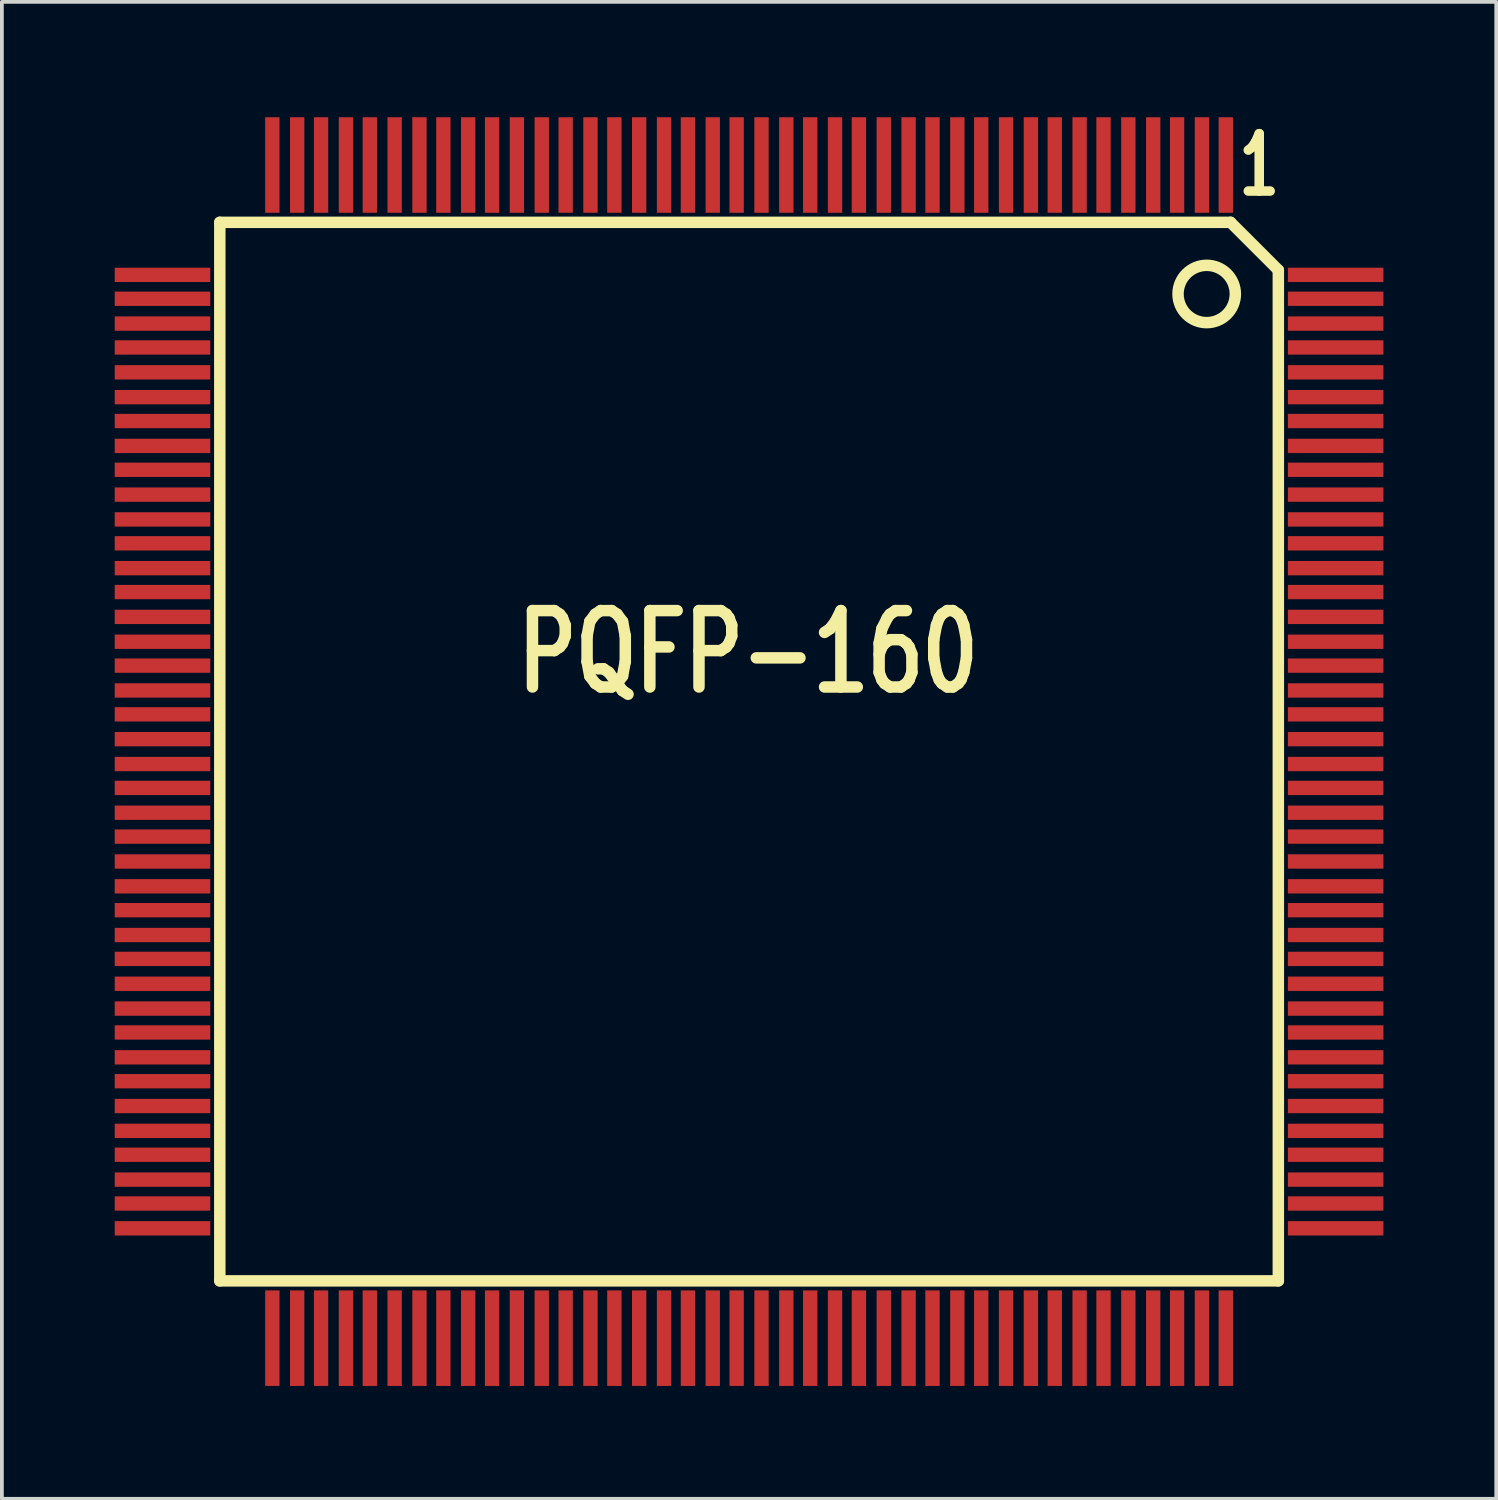
<source format=kicad_pcb>
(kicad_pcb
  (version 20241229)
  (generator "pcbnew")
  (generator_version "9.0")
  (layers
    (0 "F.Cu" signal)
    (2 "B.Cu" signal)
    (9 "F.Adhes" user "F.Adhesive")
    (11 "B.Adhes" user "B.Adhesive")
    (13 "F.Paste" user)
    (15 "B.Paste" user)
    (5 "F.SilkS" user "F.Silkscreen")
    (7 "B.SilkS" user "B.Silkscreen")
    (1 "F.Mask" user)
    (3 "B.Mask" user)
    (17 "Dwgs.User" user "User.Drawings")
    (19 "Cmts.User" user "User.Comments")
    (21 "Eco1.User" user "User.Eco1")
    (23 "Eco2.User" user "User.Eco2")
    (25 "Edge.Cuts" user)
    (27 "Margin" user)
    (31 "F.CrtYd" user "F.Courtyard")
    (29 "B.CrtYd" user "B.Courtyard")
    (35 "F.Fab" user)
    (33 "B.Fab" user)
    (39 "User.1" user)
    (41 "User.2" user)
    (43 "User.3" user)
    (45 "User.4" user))
  (footprint "PQFP-160"
    (layer "F.Cu")
    (at 16.84 16.831)
    (property "Reference" "PQFP-160" (at 0 -2.54 0) (layer "F.SilkS") (effects (font (size 2.032 1.524) (thickness 0.305))))
    (attr smd)
    (fp_line (start -14.046 -13.97) (end -14.046 14.173) (stroke (width 0.305) (type solid)) (layer "F.SilkS"))
    (fp_line (start -14.046 14.173) (end 14.097 14.173) (stroke (width 0.305) (type solid)) (layer "F.SilkS"))
    (fp_line (start 12.827 -13.97) (end -14.046 -13.97) (stroke (width 0.305) (type solid)) (layer "F.SilkS"))
    (fp_line (start 12.827 -13.97) (end 14.097 -12.7) (stroke (width 0.305) (type solid)) (layer "F.SilkS"))
    (fp_line (start 14.097 14.173) (end 14.097 -12.7) (stroke (width 0.305) (type solid)) (layer "F.SilkS"))
    (fp_circle (center 12.192 -12.065) (end 12.192 -11.303) (stroke (width 0.305) (type solid)) (fill no) (layer "F.SilkS"))
    (fp_text user "1" (at 13.589 -15.494 0) (layer "F.SilkS") (effects (font (size 1.524 1.016) (thickness 0.305))))
    (pad "1" smd rect (at 12.7 -15.494) (size 0.381 2.54) (layers "F.Cu" "F.Mask" "F.Paste"))
    (pad "2" smd rect (at 12.065 -15.494) (size 0.381 2.54) (layers "F.Cu" "F.Mask" "F.Paste"))
    (pad "3" smd rect (at 11.405 -15.494) (size 0.381 2.54) (layers "F.Cu" "F.Mask" "F.Paste"))
    (pad "4" smd rect (at 10.77 -15.494) (size 0.381 2.54) (layers "F.Cu" "F.Mask" "F.Paste"))
    (pad "5" smd rect (at 10.109 -15.494) (size 0.381 2.54) (layers "F.Cu" "F.Mask" "F.Paste"))
    (pad "6" smd rect (at 9.449 -15.494) (size 0.381 2.54) (layers "F.Cu" "F.Mask" "F.Paste"))
    (pad "7" smd rect (at 8.814 -15.494) (size 0.381 2.54) (layers "F.Cu" "F.Mask" "F.Paste"))
    (pad "8" smd rect (at 8.153 -15.494) (size 0.381 2.54) (layers "F.Cu" "F.Mask" "F.Paste"))
    (pad "9" smd rect (at 7.518 -15.494) (size 0.381 2.54) (layers "F.Cu" "F.Mask" "F.Paste"))
    (pad "10" smd rect (at 6.858 -15.494) (size 0.381 2.54) (layers "F.Cu" "F.Mask" "F.Paste"))
    (pad "11" smd rect (at 6.198 -15.494) (size 0.381 2.54) (layers "F.Cu" "F.Mask" "F.Paste"))
    (pad "12" smd rect (at 5.563 -15.494) (size 0.381 2.54) (layers "F.Cu" "F.Mask" "F.Paste"))
    (pad "13" smd rect (at 4.902 -15.494) (size 0.381 2.54) (layers "F.Cu" "F.Mask" "F.Paste"))
    (pad "14" smd rect (at 4.267 -15.494) (size 0.381 2.54) (layers "F.Cu" "F.Mask" "F.Paste"))
    (pad "15" smd rect (at 3.607 -15.494) (size 0.381 2.54) (layers "F.Cu" "F.Mask" "F.Paste"))
    (pad "16" smd rect (at 2.946 -15.494) (size 0.381 2.54) (layers "F.Cu" "F.Mask" "F.Paste"))
    (pad "17" smd rect (at 2.311 -15.494) (size 0.381 2.54) (layers "F.Cu" "F.Mask" "F.Paste"))
    (pad "18" smd rect (at 1.651 -15.494) (size 0.381 2.54) (layers "F.Cu" "F.Mask" "F.Paste"))
    (pad "19" smd rect (at 1.016 -15.494) (size 0.381 2.54) (layers "F.Cu" "F.Mask" "F.Paste"))
    (pad "20" smd rect (at 0.356 -15.494) (size 0.381 2.54) (layers "F.Cu" "F.Mask" "F.Paste"))
    (pad "21" smd rect (at -0.305 -15.494) (size 0.381 2.54) (layers "F.Cu" "F.Mask" "F.Paste"))
    (pad "22" smd rect (at -0.94 -15.494) (size 0.381 2.54) (layers "F.Cu" "F.Mask" "F.Paste"))
    (pad "23" smd rect (at -1.6 -15.494) (size 0.381 2.54) (layers "F.Cu" "F.Mask" "F.Paste"))
    (pad "24" smd rect (at -2.235 -15.494) (size 0.381 2.54) (layers "F.Cu" "F.Mask" "F.Paste"))
    (pad "25" smd rect (at -2.896 -15.494) (size 0.381 2.54) (layers "F.Cu" "F.Mask" "F.Paste"))
    (pad "26" smd rect (at -3.556 -15.494) (size 0.381 2.54) (layers "F.Cu" "F.Mask" "F.Paste"))
    (pad "27" smd rect (at -4.191 -15.494) (size 0.381 2.54) (layers "F.Cu" "F.Mask" "F.Paste"))
    (pad "28" smd rect (at -4.851 -15.494) (size 0.381 2.54) (layers "F.Cu" "F.Mask" "F.Paste"))
    (pad "29" smd rect (at -5.486 -15.494) (size 0.381 2.54) (layers "F.Cu" "F.Mask" "F.Paste"))
    (pad "30" smd rect (at -6.147 -15.494) (size 0.381 2.54) (layers "F.Cu" "F.Mask" "F.Paste"))
    (pad "31" smd rect (at -6.807 -15.494) (size 0.381 2.54) (layers "F.Cu" "F.Mask" "F.Paste"))
    (pad "32" smd rect (at -7.442 -15.494) (size 0.381 2.54) (layers "F.Cu" "F.Mask" "F.Paste"))
    (pad "33" smd rect (at -8.103 -15.494) (size 0.381 2.54) (layers "F.Cu" "F.Mask" "F.Paste"))
    (pad "34" smd rect (at -8.738 -15.494) (size 0.381 2.54) (layers "F.Cu" "F.Mask" "F.Paste"))
    (pad "35" smd rect (at -9.398 -15.494) (size 0.381 2.54) (layers "F.Cu" "F.Mask" "F.Paste"))
    (pad "36" smd rect (at -10.058 -15.494) (size 0.381 2.54) (layers "F.Cu" "F.Mask" "F.Paste"))
    (pad "37" smd rect (at -10.693 -15.494) (size 0.381 2.54) (layers "F.Cu" "F.Mask" "F.Paste"))
    (pad "38" smd rect (at -11.354 -15.494) (size 0.381 2.54) (layers "F.Cu" "F.Mask" "F.Paste"))
    (pad "39" smd rect (at -11.989 -15.494) (size 0.381 2.54) (layers "F.Cu" "F.Mask" "F.Paste"))
    (pad "40" smd rect (at -12.649 -15.494) (size 0.381 2.54) (layers "F.Cu" "F.Mask" "F.Paste"))
    (pad "41" smd rect (at -15.57 -12.573) (size 2.54 0.381) (layers "F.Cu" "F.Mask" "F.Paste"))
    (pad "42" smd rect (at -15.57 -11.938) (size 2.54 0.381) (layers "F.Cu" "F.Mask" "F.Paste"))
    (pad "43" smd rect (at -15.57 -11.278) (size 2.54 0.381) (layers "F.Cu" "F.Mask" "F.Paste"))
    (pad "44" smd rect (at -15.57 -10.643) (size 2.54 0.381) (layers "F.Cu" "F.Mask" "F.Paste"))
    (pad "45" smd rect (at -15.57 -9.982) (size 2.54 0.381) (layers "F.Cu" "F.Mask" "F.Paste"))
    (pad "46" smd rect (at -15.57 -9.322) (size 2.54 0.381) (layers "F.Cu" "F.Mask" "F.Paste"))
    (pad "47" smd rect (at -15.57 -8.687) (size 2.54 0.381) (layers "F.Cu" "F.Mask" "F.Paste"))
    (pad "48" smd rect (at -15.57 -8.026) (size 2.54 0.381) (layers "F.Cu" "F.Mask" "F.Paste"))
    (pad "49" smd rect (at -15.57 -7.391) (size 2.54 0.381) (layers "F.Cu" "F.Mask" "F.Paste"))
    (pad "50" smd rect (at -15.57 -6.731) (size 2.54 0.381) (layers "F.Cu" "F.Mask" "F.Paste"))
    (pad "51" smd rect (at -15.57 -6.071) (size 2.54 0.381) (layers "F.Cu" "F.Mask" "F.Paste"))
    (pad "52" smd rect (at -15.57 -5.436) (size 2.54 0.381) (layers "F.Cu" "F.Mask" "F.Paste"))
    (pad "53" smd rect (at -15.57 -4.775) (size 2.54 0.381) (layers "F.Cu" "F.Mask" "F.Paste"))
    (pad "54" smd rect (at -15.57 -4.14) (size 2.54 0.381) (layers "F.Cu" "F.Mask" "F.Paste"))
    (pad "55" smd rect (at -15.57 -3.48) (size 2.54 0.381) (layers "F.Cu" "F.Mask" "F.Paste"))
    (pad "56" smd rect (at -15.57 -2.819) (size 2.54 0.381) (layers "F.Cu" "F.Mask" "F.Paste"))
    (pad "57" smd rect (at -15.57 -2.184) (size 2.54 0.381) (layers "F.Cu" "F.Mask" "F.Paste"))
    (pad "58" smd rect (at -15.57 -1.524) (size 2.54 0.381) (layers "F.Cu" "F.Mask" "F.Paste"))
    (pad "59" smd rect (at -15.57 -0.889) (size 2.54 0.381) (layers "F.Cu" "F.Mask" "F.Paste"))
    (pad "60" smd rect (at -15.57 -0.229) (size 2.54 0.381) (layers "F.Cu" "F.Mask" "F.Paste"))
    (pad "61" smd rect (at -15.57 0.432) (size 2.54 0.381) (layers "F.Cu" "F.Mask" "F.Paste"))
    (pad "62" smd rect (at -15.57 1.067) (size 2.54 0.381) (layers "F.Cu" "F.Mask" "F.Paste"))
    (pad "63" smd rect (at -15.57 1.727) (size 2.54 0.381) (layers "F.Cu" "F.Mask" "F.Paste"))
    (pad "64" smd rect (at -15.57 2.362) (size 2.54 0.381) (layers "F.Cu" "F.Mask" "F.Paste"))
    (pad "65" smd rect (at -15.57 3.023) (size 2.54 0.381) (layers "F.Cu" "F.Mask" "F.Paste"))
    (pad "66" smd rect (at -15.57 3.683) (size 2.54 0.381) (layers "F.Cu" "F.Mask" "F.Paste"))
    (pad "67" smd rect (at -15.57 4.318) (size 2.54 0.381) (layers "F.Cu" "F.Mask" "F.Paste"))
    (pad "68" smd rect (at -15.57 4.978) (size 2.54 0.381) (layers "F.Cu" "F.Mask" "F.Paste"))
    (pad "69" smd rect (at -15.57 5.613) (size 2.54 0.381) (layers "F.Cu" "F.Mask" "F.Paste"))
    (pad "70" smd rect (at -15.57 6.274) (size 2.54 0.381) (layers "F.Cu" "F.Mask" "F.Paste"))
    (pad "71" smd rect (at -15.57 6.934) (size 2.54 0.381) (layers "F.Cu" "F.Mask" "F.Paste"))
    (pad "72" smd rect (at -15.57 7.569) (size 2.54 0.381) (layers "F.Cu" "F.Mask" "F.Paste"))
    (pad "73" smd rect (at -15.57 8.23) (size 2.54 0.381) (layers "F.Cu" "F.Mask" "F.Paste"))
    (pad "74" smd rect (at -15.57 8.865) (size 2.54 0.381) (layers "F.Cu" "F.Mask" "F.Paste"))
    (pad "75" smd rect (at -15.57 9.525) (size 2.54 0.381) (layers "F.Cu" "F.Mask" "F.Paste"))
    (pad "76" smd rect (at -15.57 10.185) (size 2.54 0.381) (layers "F.Cu" "F.Mask" "F.Paste"))
    (pad "77" smd rect (at -15.57 10.82) (size 2.54 0.381) (layers "F.Cu" "F.Mask" "F.Paste"))
    (pad "78" smd rect (at -15.57 11.481) (size 2.54 0.381) (layers "F.Cu" "F.Mask" "F.Paste"))
    (pad "79" smd rect (at -15.57 12.116) (size 2.54 0.381) (layers "F.Cu" "F.Mask" "F.Paste"))
    (pad "80" smd rect (at -15.57 12.776) (size 2.54 0.381) (layers "F.Cu" "F.Mask" "F.Paste"))
    (pad "81" smd rect (at -12.649 15.697) (size 0.381 2.54) (layers "F.Cu" "F.Mask" "F.Paste"))
    (pad "82" smd rect (at -11.989 15.697) (size 0.381 2.54) (layers "F.Cu" "F.Mask" "F.Paste"))
    (pad "83" smd rect (at -11.354 15.697) (size 0.381 2.54) (layers "F.Cu" "F.Mask" "F.Paste"))
    (pad "84" smd rect (at -10.693 15.697) (size 0.381 2.54) (layers "F.Cu" "F.Mask" "F.Paste"))
    (pad "85" smd rect (at -10.058 15.697) (size 0.381 2.54) (layers "F.Cu" "F.Mask" "F.Paste"))
    (pad "86" smd rect (at -9.398 15.697) (size 0.381 2.54) (layers "F.Cu" "F.Mask" "F.Paste"))
    (pad "87" smd rect (at -8.738 15.697) (size 0.381 2.54) (layers "F.Cu" "F.Mask" "F.Paste"))
    (pad "88" smd rect (at -8.103 15.697) (size 0.381 2.54) (layers "F.Cu" "F.Mask" "F.Paste"))
    (pad "89" smd rect (at -7.442 15.697) (size 0.381 2.54) (layers "F.Cu" "F.Mask" "F.Paste"))
    (pad "90" smd rect (at -6.807 15.697) (size 0.381 2.54) (layers "F.Cu" "F.Mask" "F.Paste"))
    (pad "91" smd rect (at -6.147 15.697) (size 0.381 2.54) (layers "F.Cu" "F.Mask" "F.Paste"))
    (pad "92" smd rect (at -5.486 15.697) (size 0.381 2.54) (layers "F.Cu" "F.Mask" "F.Paste"))
    (pad "93" smd rect (at -4.851 15.697) (size 0.381 2.54) (layers "F.Cu" "F.Mask" "F.Paste"))
    (pad "94" smd rect (at -4.191 15.697) (size 0.381 2.54) (layers "F.Cu" "F.Mask" "F.Paste"))
    (pad "95" smd rect (at -3.556 15.697) (size 0.381 2.54) (layers "F.Cu" "F.Mask" "F.Paste"))
    (pad "96" smd rect (at -2.896 15.697) (size 0.381 2.54) (layers "F.Cu" "F.Mask" "F.Paste"))
    (pad "97" smd rect (at -2.235 15.697) (size 0.381 2.54) (layers "F.Cu" "F.Mask" "F.Paste"))
    (pad "98" smd rect (at -1.6 15.697) (size 0.381 2.54) (layers "F.Cu" "F.Mask" "F.Paste"))
    (pad "99" smd rect (at -0.94 15.697) (size 0.381 2.54) (layers "F.Cu" "F.Mask" "F.Paste"))
    (pad "100" smd rect (at -0.305 15.697) (size 0.381 2.54) (layers "F.Cu" "F.Mask" "F.Paste"))
    (pad "101" smd rect (at 0.356 15.697) (size 0.381 2.54) (layers "F.Cu" "F.Mask" "F.Paste"))
    (pad "102" smd rect (at 1.016 15.697) (size 0.381 2.54) (layers "F.Cu" "F.Mask" "F.Paste"))
    (pad "103" smd rect (at 1.651 15.697) (size 0.381 2.54) (layers "F.Cu" "F.Mask" "F.Paste"))
    (pad "104" smd rect (at 2.311 15.697) (size 0.381 2.54) (layers "F.Cu" "F.Mask" "F.Paste"))
    (pad "105" smd rect (at 2.946 15.697) (size 0.381 2.54) (layers "F.Cu" "F.Mask" "F.Paste"))
    (pad "106" smd rect (at 3.607 15.697) (size 0.381 2.54) (layers "F.Cu" "F.Mask" "F.Paste"))
    (pad "107" smd rect (at 4.267 15.697) (size 0.381 2.54) (layers "F.Cu" "F.Mask" "F.Paste"))
    (pad "108" smd rect (at 4.902 15.697) (size 0.381 2.54) (layers "F.Cu" "F.Mask" "F.Paste"))
    (pad "109" smd rect (at 5.563 15.697) (size 0.381 2.54) (layers "F.Cu" "F.Mask" "F.Paste"))
    (pad "110" smd rect (at 6.198 15.697) (size 0.381 2.54) (layers "F.Cu" "F.Mask" "F.Paste"))
    (pad "111" smd rect (at 6.858 15.697) (size 0.381 2.54) (layers "F.Cu" "F.Mask" "F.Paste"))
    (pad "112" smd rect (at 7.518 15.697) (size 0.381 2.54) (layers "F.Cu" "F.Mask" "F.Paste"))
    (pad "113" smd rect (at 8.153 15.697) (size 0.381 2.54) (layers "F.Cu" "F.Mask" "F.Paste"))
    (pad "114" smd rect (at 8.814 15.697) (size 0.381 2.54) (layers "F.Cu" "F.Mask" "F.Paste"))
    (pad "115" smd rect (at 9.449 15.697) (size 0.381 2.54) (layers "F.Cu" "F.Mask" "F.Paste"))
    (pad "116" smd rect (at 10.109 15.697) (size 0.381 2.54) (layers "F.Cu" "F.Mask" "F.Paste"))
    (pad "117" smd rect (at 10.77 15.697) (size 0.381 2.54) (layers "F.Cu" "F.Mask" "F.Paste"))
    (pad "118" smd rect (at 11.405 15.697) (size 0.381 2.54) (layers "F.Cu" "F.Mask" "F.Paste"))
    (pad "119" smd rect (at 12.065 15.697) (size 0.381 2.54) (layers "F.Cu" "F.Mask" "F.Paste"))
    (pad "120" smd rect (at 12.7 15.697) (size 0.381 2.54) (layers "F.Cu" "F.Mask" "F.Paste"))
    (pad "121" smd rect (at 15.621 12.776) (size 2.54 0.381) (layers "F.Cu" "F.Mask" "F.Paste"))
    (pad "122" smd rect (at 15.621 12.116) (size 2.54 0.381) (layers "F.Cu" "F.Mask" "F.Paste"))
    (pad "123" smd rect (at 15.621 11.481) (size 2.54 0.381) (layers "F.Cu" "F.Mask" "F.Paste"))
    (pad "124" smd rect (at 15.621 10.82) (size 2.54 0.381) (layers "F.Cu" "F.Mask" "F.Paste"))
    (pad "125" smd rect (at 15.621 10.185) (size 2.54 0.381) (layers "F.Cu" "F.Mask" "F.Paste"))
    (pad "126" smd rect (at 15.621 9.525) (size 2.54 0.381) (layers "F.Cu" "F.Mask" "F.Paste"))
    (pad "127" smd rect (at 15.621 8.865) (size 2.54 0.381) (layers "F.Cu" "F.Mask" "F.Paste"))
    (pad "128" smd rect (at 15.621 8.23) (size 2.54 0.381) (layers "F.Cu" "F.Mask" "F.Paste"))
    (pad "129" smd rect (at 15.621 7.569) (size 2.54 0.381) (layers "F.Cu" "F.Mask" "F.Paste"))
    (pad "130" smd rect (at 15.621 6.934) (size 2.54 0.381) (layers "F.Cu" "F.Mask" "F.Paste"))
    (pad "131" smd rect (at 15.621 6.274) (size 2.54 0.381) (layers "F.Cu" "F.Mask" "F.Paste"))
    (pad "132" smd rect (at 15.621 5.613) (size 2.54 0.381) (layers "F.Cu" "F.Mask" "F.Paste"))
    (pad "133" smd rect (at 15.621 4.978) (size 2.54 0.381) (layers "F.Cu" "F.Mask" "F.Paste"))
    (pad "134" smd rect (at 15.621 4.318) (size 2.54 0.381) (layers "F.Cu" "F.Mask" "F.Paste"))
    (pad "135" smd rect (at 15.621 3.683) (size 2.54 0.381) (layers "F.Cu" "F.Mask" "F.Paste"))
    (pad "136" smd rect (at 15.621 3.023) (size 2.54 0.381) (layers "F.Cu" "F.Mask" "F.Paste"))
    (pad "137" smd rect (at 15.621 2.362) (size 2.54 0.381) (layers "F.Cu" "F.Mask" "F.Paste"))
    (pad "138" smd rect (at 15.621 1.727) (size 2.54 0.381) (layers "F.Cu" "F.Mask" "F.Paste"))
    (pad "139" smd rect (at 15.621 1.067) (size 2.54 0.381) (layers "F.Cu" "F.Mask" "F.Paste"))
    (pad "140" smd rect (at 15.621 0.432) (size 2.54 0.381) (layers "F.Cu" "F.Mask" "F.Paste"))
    (pad "141" smd rect (at 15.621 -0.229) (size 2.54 0.381) (layers "F.Cu" "F.Mask" "F.Paste"))
    (pad "142" smd rect (at 15.621 -0.889) (size 2.54 0.381) (layers "F.Cu" "F.Mask" "F.Paste"))
    (pad "143" smd rect (at 15.621 -1.524) (size 2.54 0.381) (layers "F.Cu" "F.Mask" "F.Paste"))
    (pad "144" smd rect (at 15.621 -2.184) (size 2.54 0.381) (layers "F.Cu" "F.Mask" "F.Paste"))
    (pad "145" smd rect (at 15.621 -2.819) (size 2.54 0.381) (layers "F.Cu" "F.Mask" "F.Paste"))
    (pad "146" smd rect (at 15.621 -3.48) (size 2.54 0.381) (layers "F.Cu" "F.Mask" "F.Paste"))
    (pad "147" smd rect (at 15.621 -4.14) (size 2.54 0.381) (layers "F.Cu" "F.Mask" "F.Paste"))
    (pad "148" smd rect (at 15.621 -4.775) (size 2.54 0.381) (layers "F.Cu" "F.Mask" "F.Paste"))
    (pad "149" smd rect (at 15.621 -5.436) (size 2.54 0.381) (layers "F.Cu" "F.Mask" "F.Paste"))
    (pad "150" smd rect (at 15.621 -6.071) (size 2.54 0.381) (layers "F.Cu" "F.Mask" "F.Paste"))
    (pad "151" smd rect (at 15.621 -6.731) (size 2.54 0.381) (layers "F.Cu" "F.Mask" "F.Paste"))
    (pad "152" smd rect (at 15.621 -7.391) (size 2.54 0.381) (layers "F.Cu" "F.Mask" "F.Paste"))
    (pad "153" smd rect (at 15.621 -8.026) (size 2.54 0.381) (layers "F.Cu" "F.Mask" "F.Paste"))
    (pad "154" smd rect (at 15.621 -8.687) (size 2.54 0.381) (layers "F.Cu" "F.Mask" "F.Paste"))
    (pad "155" smd rect (at 15.621 -9.322) (size 2.54 0.381) (layers "F.Cu" "F.Mask" "F.Paste"))
    (pad "156" smd rect (at 15.621 -9.982) (size 2.54 0.381) (layers "F.Cu" "F.Mask" "F.Paste"))
    (pad "157" smd rect (at 15.621 -10.643) (size 2.54 0.381) (layers "F.Cu" "F.Mask" "F.Paste"))
    (pad "158" smd rect (at 15.621 -11.278) (size 2.54 0.381) (layers "F.Cu" "F.Mask" "F.Paste"))
    (pad "159" smd rect (at 15.621 -11.938) (size 2.54 0.381) (layers "F.Cu" "F.Mask" "F.Paste"))
    (pad "160" smd rect (at 15.621 -12.573) (size 2.54 0.381) (layers "F.Cu" "F.Mask" "F.Paste")))
  (gr_rect
    (start -3 -3)
    (end 36.731 36.799)
    (stroke (width 0.1) (type default))
    (fill no)
    (layer "Edge.Cuts")))
</source>
